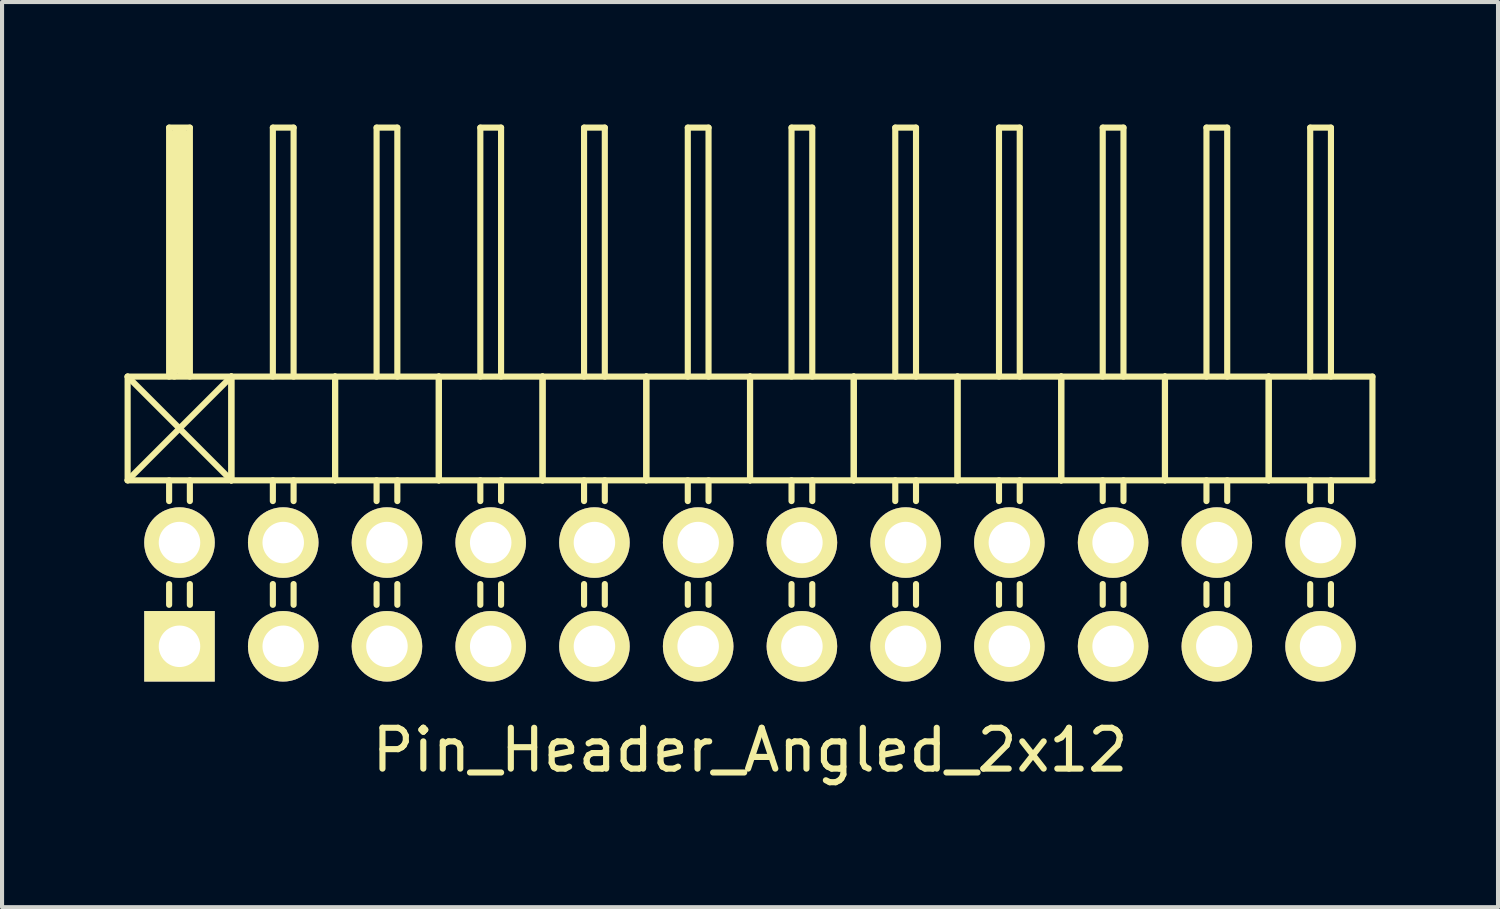
<source format=kicad_pcb>
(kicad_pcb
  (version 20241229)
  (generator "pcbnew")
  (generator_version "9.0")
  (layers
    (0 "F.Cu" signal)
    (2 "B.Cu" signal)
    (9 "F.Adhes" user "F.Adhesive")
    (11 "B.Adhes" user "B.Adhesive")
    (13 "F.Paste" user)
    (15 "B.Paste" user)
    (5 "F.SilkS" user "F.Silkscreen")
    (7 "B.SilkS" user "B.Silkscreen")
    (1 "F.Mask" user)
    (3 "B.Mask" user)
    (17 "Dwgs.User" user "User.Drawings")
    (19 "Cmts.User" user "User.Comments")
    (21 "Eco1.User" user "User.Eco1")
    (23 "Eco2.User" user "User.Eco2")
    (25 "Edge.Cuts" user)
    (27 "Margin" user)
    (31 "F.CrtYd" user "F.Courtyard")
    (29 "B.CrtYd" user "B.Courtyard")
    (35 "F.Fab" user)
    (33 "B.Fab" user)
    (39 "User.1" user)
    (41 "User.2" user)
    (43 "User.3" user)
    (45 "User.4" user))
  (footprint "Pin_Header_Angled_2x12"
    (layer "F.Cu")
    (at 15.315 11.505)
    (property "Reference" "Pin_Header_Angled_2x12" (at 0 3.81 0) (layer "F.SilkS") (effects (font (size 1 1) (thickness 0.15))))
    (attr through_hole)
    (fp_line (start -15.24 -5.334) (end -12.7 -2.794) (stroke (width 0.15) (type solid)) (layer "F.SilkS"))
    (fp_line (start -15.24 -2.794) (end -15.24 -5.334) (stroke (width 0.15) (type solid)) (layer "F.SilkS"))
    (fp_line (start -15.24 -2.794) (end -12.7 -5.334) (stroke (width 0.15) (type solid)) (layer "F.SilkS"))
    (fp_line (start -15.24 -2.794) (end -12.7 -2.794) (stroke (width 0.15) (type solid)) (layer "F.SilkS"))
    (fp_line (start -14.224 -11.43) (end -13.716 -11.43) (stroke (width 0.15) (type solid)) (layer "F.SilkS"))
    (fp_line (start -14.224 -5.334) (end -14.224 -11.43) (stroke (width 0.15) (type solid)) (layer "F.SilkS"))
    (fp_line (start -14.224 -2.794) (end -14.224 -2.286) (stroke (width 0.15) (type solid)) (layer "F.SilkS"))
    (fp_line (start -14.224 -0.254) (end -14.224 0.254) (stroke (width 0.15) (type solid)) (layer "F.SilkS"))
    (fp_line (start -14.097 -11.303) (end -13.843 -11.303) (stroke (width 0.15) (type solid)) (layer "F.SilkS"))
    (fp_line (start -14.097 -5.334) (end -14.097 -11.303) (stroke (width 0.15) (type solid)) (layer "F.SilkS"))
    (fp_line (start -13.97 -5.461) (end -13.97 -11.303) (stroke (width 0.15) (type solid)) (layer "F.SilkS"))
    (fp_line (start -13.843 -11.303) (end -13.843 -5.461) (stroke (width 0.15) (type solid)) (layer "F.SilkS"))
    (fp_line (start -13.843 -5.461) (end -13.97 -5.461) (stroke (width 0.15) (type solid)) (layer "F.SilkS"))
    (fp_line (start -13.716 -11.43) (end -13.716 -5.334) (stroke (width 0.15) (type solid)) (layer "F.SilkS"))
    (fp_line (start -13.716 -2.794) (end -13.716 -2.286) (stroke (width 0.15) (type solid)) (layer "F.SilkS"))
    (fp_line (start -13.716 -0.254) (end -13.716 0.254) (stroke (width 0.15) (type solid)) (layer "F.SilkS"))
    (fp_line (start -12.7 -5.334) (end -15.24 -5.334) (stroke (width 0.15) (type solid)) (layer "F.SilkS"))
    (fp_line (start -12.7 -2.794) (end -12.7 -5.334) (stroke (width 0.15) (type solid)) (layer "F.SilkS"))
    (fp_line (start -12.7 -2.794) (end -12.7 -5.334) (stroke (width 0.15) (type solid)) (layer "F.SilkS"))
    (fp_line (start -12.7 -2.794) (end -10.16 -2.794) (stroke (width 0.15) (type solid)) (layer "F.SilkS"))
    (fp_line (start -11.684 -11.43) (end -11.176 -11.43) (stroke (width 0.15) (type solid)) (layer "F.SilkS"))
    (fp_line (start -11.684 -5.334) (end -11.684 -11.43) (stroke (width 0.15) (type solid)) (layer "F.SilkS"))
    (fp_line (start -11.684 -2.794) (end -11.684 -2.286) (stroke (width 0.15) (type solid)) (layer "F.SilkS"))
    (fp_line (start -11.684 -0.254) (end -11.684 0.254) (stroke (width 0.15) (type solid)) (layer "F.SilkS"))
    (fp_line (start -11.176 -11.43) (end -11.176 -5.334) (stroke (width 0.15) (type solid)) (layer "F.SilkS"))
    (fp_line (start -11.176 -2.794) (end -11.176 -2.286) (stroke (width 0.15) (type solid)) (layer "F.SilkS"))
    (fp_line (start -11.176 -0.254) (end -11.176 0.254) (stroke (width 0.15) (type solid)) (layer "F.SilkS"))
    (fp_line (start -10.16 -5.334) (end -12.7 -5.334) (stroke (width 0.15) (type solid)) (layer "F.SilkS"))
    (fp_line (start -10.16 -2.794) (end -10.16 -5.334) (stroke (width 0.15) (type solid)) (layer "F.SilkS"))
    (fp_line (start -10.16 -2.794) (end -10.16 -5.334) (stroke (width 0.15) (type solid)) (layer "F.SilkS"))
    (fp_line (start -10.16 -2.794) (end -7.62 -2.794) (stroke (width 0.15) (type solid)) (layer "F.SilkS"))
    (fp_line (start -9.144 -11.43) (end -8.636 -11.43) (stroke (width 0.15) (type solid)) (layer "F.SilkS"))
    (fp_line (start -9.144 -5.334) (end -9.144 -11.43) (stroke (width 0.15) (type solid)) (layer "F.SilkS"))
    (fp_line (start -9.144 -2.794) (end -9.144 -2.286) (stroke (width 0.15) (type solid)) (layer "F.SilkS"))
    (fp_line (start -9.144 -0.254) (end -9.144 0.254) (stroke (width 0.15) (type solid)) (layer "F.SilkS"))
    (fp_line (start -8.636 -11.43) (end -8.636 -5.334) (stroke (width 0.15) (type solid)) (layer "F.SilkS"))
    (fp_line (start -8.636 -2.794) (end -8.636 -2.286) (stroke (width 0.15) (type solid)) (layer "F.SilkS"))
    (fp_line (start -8.636 -0.254) (end -8.636 0.254) (stroke (width 0.15) (type solid)) (layer "F.SilkS"))
    (fp_line (start -7.62 -5.334) (end -10.16 -5.334) (stroke (width 0.15) (type solid)) (layer "F.SilkS"))
    (fp_line (start -7.62 -2.794) (end -7.62 -5.334) (stroke (width 0.15) (type solid)) (layer "F.SilkS"))
    (fp_line (start -7.62 -2.794) (end -7.62 -5.334) (stroke (width 0.15) (type solid)) (layer "F.SilkS"))
    (fp_line (start -7.62 -2.794) (end -5.08 -2.794) (stroke (width 0.15) (type solid)) (layer "F.SilkS"))
    (fp_line (start -6.604 -11.43) (end -6.096 -11.43) (stroke (width 0.15) (type solid)) (layer "F.SilkS"))
    (fp_line (start -6.604 -5.334) (end -6.604 -11.43) (stroke (width 0.15) (type solid)) (layer "F.SilkS"))
    (fp_line (start -6.604 -2.794) (end -6.604 -2.286) (stroke (width 0.15) (type solid)) (layer "F.SilkS"))
    (fp_line (start -6.604 -0.254) (end -6.604 0.254) (stroke (width 0.15) (type solid)) (layer "F.SilkS"))
    (fp_line (start -6.096 -11.43) (end -6.096 -5.334) (stroke (width 0.15) (type solid)) (layer "F.SilkS"))
    (fp_line (start -6.096 -2.794) (end -6.096 -2.286) (stroke (width 0.15) (type solid)) (layer "F.SilkS"))
    (fp_line (start -6.096 -0.254) (end -6.096 0.254) (stroke (width 0.15) (type solid)) (layer "F.SilkS"))
    (fp_line (start -5.08 -5.334) (end -7.62 -5.334) (stroke (width 0.15) (type solid)) (layer "F.SilkS"))
    (fp_line (start -5.08 -2.794) (end -5.08 -5.334) (stroke (width 0.15) (type solid)) (layer "F.SilkS"))
    (fp_line (start -5.08 -2.794) (end -5.08 -5.334) (stroke (width 0.15) (type solid)) (layer "F.SilkS"))
    (fp_line (start -5.08 -2.794) (end -2.54 -2.794) (stroke (width 0.15) (type solid)) (layer "F.SilkS"))
    (fp_line (start -4.064 -11.43) (end -3.556 -11.43) (stroke (width 0.15) (type solid)) (layer "F.SilkS"))
    (fp_line (start -4.064 -5.334) (end -4.064 -11.43) (stroke (width 0.15) (type solid)) (layer "F.SilkS"))
    (fp_line (start -4.064 -2.794) (end -4.064 -2.286) (stroke (width 0.15) (type solid)) (layer "F.SilkS"))
    (fp_line (start -4.064 -0.254) (end -4.064 0.254) (stroke (width 0.15) (type solid)) (layer "F.SilkS"))
    (fp_line (start -3.556 -11.43) (end -3.556 -5.334) (stroke (width 0.15) (type solid)) (layer "F.SilkS"))
    (fp_line (start -3.556 -2.794) (end -3.556 -2.286) (stroke (width 0.15) (type solid)) (layer "F.SilkS"))
    (fp_line (start -3.556 -0.254) (end -3.556 0.254) (stroke (width 0.15) (type solid)) (layer "F.SilkS"))
    (fp_line (start -2.54 -5.334) (end -5.08 -5.334) (stroke (width 0.15) (type solid)) (layer "F.SilkS"))
    (fp_line (start -2.54 -2.794) (end -2.54 -5.334) (stroke (width 0.15) (type solid)) (layer "F.SilkS"))
    (fp_line (start -2.54 -2.794) (end -2.54 -5.334) (stroke (width 0.15) (type solid)) (layer "F.SilkS"))
    (fp_line (start -2.54 -2.794) (end 0 -2.794) (stroke (width 0.15) (type solid)) (layer "F.SilkS"))
    (fp_line (start -1.524 -11.43) (end -1.016 -11.43) (stroke (width 0.15) (type solid)) (layer "F.SilkS"))
    (fp_line (start -1.524 -5.334) (end -1.524 -11.43) (stroke (width 0.15) (type solid)) (layer "F.SilkS"))
    (fp_line (start -1.524 -2.794) (end -1.524 -2.286) (stroke (width 0.15) (type solid)) (layer "F.SilkS"))
    (fp_line (start -1.524 -0.254) (end -1.524 0.254) (stroke (width 0.15) (type solid)) (layer "F.SilkS"))
    (fp_line (start -1.016 -11.43) (end -1.016 -5.334) (stroke (width 0.15) (type solid)) (layer "F.SilkS"))
    (fp_line (start -1.016 -2.794) (end -1.016 -2.286) (stroke (width 0.15) (type solid)) (layer "F.SilkS"))
    (fp_line (start -1.016 -0.254) (end -1.016 0.254) (stroke (width 0.15) (type solid)) (layer "F.SilkS"))
    (fp_line (start 0 -5.334) (end -2.54 -5.334) (stroke (width 0.15) (type solid)) (layer "F.SilkS"))
    (fp_line (start 0 -2.794) (end 0 -5.334) (stroke (width 0.15) (type solid)) (layer "F.SilkS"))
    (fp_line (start 0 -2.794) (end 0 -5.334) (stroke (width 0.15) (type solid)) (layer "F.SilkS"))
    (fp_line (start 0 -2.794) (end 2.54 -2.794) (stroke (width 0.15) (type solid)) (layer "F.SilkS"))
    (fp_line (start 1.016 -11.43) (end 1.524 -11.43) (stroke (width 0.15) (type solid)) (layer "F.SilkS"))
    (fp_line (start 1.016 -5.334) (end 1.016 -11.43) (stroke (width 0.15) (type solid)) (layer "F.SilkS"))
    (fp_line (start 1.016 -2.794) (end 1.016 -2.286) (stroke (width 0.15) (type solid)) (layer "F.SilkS"))
    (fp_line (start 1.016 -0.254) (end 1.016 0.254) (stroke (width 0.15) (type solid)) (layer "F.SilkS"))
    (fp_line (start 1.524 -11.43) (end 1.524 -5.334) (stroke (width 0.15) (type solid)) (layer "F.SilkS"))
    (fp_line (start 1.524 -2.794) (end 1.524 -2.286) (stroke (width 0.15) (type solid)) (layer "F.SilkS"))
    (fp_line (start 1.524 -0.254) (end 1.524 0.254) (stroke (width 0.15) (type solid)) (layer "F.SilkS"))
    (fp_line (start 2.54 -5.334) (end 0 -5.334) (stroke (width 0.15) (type solid)) (layer "F.SilkS"))
    (fp_line (start 2.54 -2.794) (end 2.54 -5.334) (stroke (width 0.15) (type solid)) (layer "F.SilkS"))
    (fp_line (start 2.54 -2.794) (end 2.54 -5.334) (stroke (width 0.15) (type solid)) (layer "F.SilkS"))
    (fp_line (start 2.54 -2.794) (end 5.08 -2.794) (stroke (width 0.15) (type solid)) (layer "F.SilkS"))
    (fp_line (start 3.556 -11.43) (end 4.064 -11.43) (stroke (width 0.15) (type solid)) (layer "F.SilkS"))
    (fp_line (start 3.556 -5.334) (end 3.556 -11.43) (stroke (width 0.15) (type solid)) (layer "F.SilkS"))
    (fp_line (start 3.556 -2.794) (end 3.556 -2.286) (stroke (width 0.15) (type solid)) (layer "F.SilkS"))
    (fp_line (start 3.556 -0.254) (end 3.556 0.254) (stroke (width 0.15) (type solid)) (layer "F.SilkS"))
    (fp_line (start 4.064 -11.43) (end 4.064 -5.334) (stroke (width 0.15) (type solid)) (layer "F.SilkS"))
    (fp_line (start 4.064 -2.794) (end 4.064 -2.286) (stroke (width 0.15) (type solid)) (layer "F.SilkS"))
    (fp_line (start 4.064 -0.254) (end 4.064 0.254) (stroke (width 0.15) (type solid)) (layer "F.SilkS"))
    (fp_line (start 5.08 -5.334) (end 2.54 -5.334) (stroke (width 0.15) (type solid)) (layer "F.SilkS"))
    (fp_line (start 5.08 -2.794) (end 5.08 -5.334) (stroke (width 0.15) (type solid)) (layer "F.SilkS"))
    (fp_line (start 5.08 -2.794) (end 5.08 -5.334) (stroke (width 0.15) (type solid)) (layer "F.SilkS"))
    (fp_line (start 5.08 -2.794) (end 7.62 -2.794) (stroke (width 0.15) (type solid)) (layer "F.SilkS"))
    (fp_line (start 6.096 -11.43) (end 6.604 -11.43) (stroke (width 0.15) (type solid)) (layer "F.SilkS"))
    (fp_line (start 6.096 -5.334) (end 6.096 -11.43) (stroke (width 0.15) (type solid)) (layer "F.SilkS"))
    (fp_line (start 6.096 -2.794) (end 6.096 -2.286) (stroke (width 0.15) (type solid)) (layer "F.SilkS"))
    (fp_line (start 6.096 -0.254) (end 6.096 0.254) (stroke (width 0.15) (type solid)) (layer "F.SilkS"))
    (fp_line (start 6.604 -11.43) (end 6.604 -5.334) (stroke (width 0.15) (type solid)) (layer "F.SilkS"))
    (fp_line (start 6.604 -2.794) (end 6.604 -2.286) (stroke (width 0.15) (type solid)) (layer "F.SilkS"))
    (fp_line (start 6.604 -0.254) (end 6.604 0.254) (stroke (width 0.15) (type solid)) (layer "F.SilkS"))
    (fp_line (start 7.62 -5.334) (end 5.08 -5.334) (stroke (width 0.15) (type solid)) (layer "F.SilkS"))
    (fp_line (start 7.62 -2.794) (end 7.62 -5.334) (stroke (width 0.15) (type solid)) (layer "F.SilkS"))
    (fp_line (start 7.62 -2.794) (end 7.62 -5.334) (stroke (width 0.15) (type solid)) (layer "F.SilkS"))
    (fp_line (start 7.62 -2.794) (end 10.16 -2.794) (stroke (width 0.15) (type solid)) (layer "F.SilkS"))
    (fp_line (start 8.636 -11.43) (end 9.144 -11.43) (stroke (width 0.15) (type solid)) (layer "F.SilkS"))
    (fp_line (start 8.636 -5.334) (end 8.636 -11.43) (stroke (width 0.15) (type solid)) (layer "F.SilkS"))
    (fp_line (start 8.636 -2.794) (end 8.636 -2.286) (stroke (width 0.15) (type solid)) (layer "F.SilkS"))
    (fp_line (start 8.636 -0.254) (end 8.636 0.254) (stroke (width 0.15) (type solid)) (layer "F.SilkS"))
    (fp_line (start 9.144 -11.43) (end 9.144 -5.334) (stroke (width 0.15) (type solid)) (layer "F.SilkS"))
    (fp_line (start 9.144 -2.794) (end 9.144 -2.286) (stroke (width 0.15) (type solid)) (layer "F.SilkS"))
    (fp_line (start 9.144 -0.254) (end 9.144 0.254) (stroke (width 0.15) (type solid)) (layer "F.SilkS"))
    (fp_line (start 10.16 -5.334) (end 7.62 -5.334) (stroke (width 0.15) (type solid)) (layer "F.SilkS"))
    (fp_line (start 10.16 -2.794) (end 10.16 -5.334) (stroke (width 0.15) (type solid)) (layer "F.SilkS"))
    (fp_line (start 10.16 -2.794) (end 10.16 -5.334) (stroke (width 0.15) (type solid)) (layer "F.SilkS"))
    (fp_line (start 10.16 -2.794) (end 12.7 -2.794) (stroke (width 0.15) (type solid)) (layer "F.SilkS"))
    (fp_line (start 11.176 -11.43) (end 11.684 -11.43) (stroke (width 0.15) (type solid)) (layer "F.SilkS"))
    (fp_line (start 11.176 -5.334) (end 11.176 -11.43) (stroke (width 0.15) (type solid)) (layer "F.SilkS"))
    (fp_line (start 11.176 -2.794) (end 11.176 -2.286) (stroke (width 0.15) (type solid)) (layer "F.SilkS"))
    (fp_line (start 11.176 -0.254) (end 11.176 0.254) (stroke (width 0.15) (type solid)) (layer "F.SilkS"))
    (fp_line (start 11.684 -11.43) (end 11.684 -5.334) (stroke (width 0.15) (type solid)) (layer "F.SilkS"))
    (fp_line (start 11.684 -2.794) (end 11.684 -2.286) (stroke (width 0.15) (type solid)) (layer "F.SilkS"))
    (fp_line (start 11.684 -0.254) (end 11.684 0.254) (stroke (width 0.15) (type solid)) (layer "F.SilkS"))
    (fp_line (start 12.7 -5.334) (end 10.16 -5.334) (stroke (width 0.15) (type solid)) (layer "F.SilkS"))
    (fp_line (start 12.7 -2.794) (end 12.7 -5.334) (stroke (width 0.15) (type solid)) (layer "F.SilkS"))
    (fp_line (start 12.7 -2.794) (end 12.7 -5.334) (stroke (width 0.15) (type solid)) (layer "F.SilkS"))
    (fp_line (start 12.7 -2.794) (end 15.24 -2.794) (stroke (width 0.15) (type solid)) (layer "F.SilkS"))
    (fp_line (start 13.716 -11.43) (end 14.224 -11.43) (stroke (width 0.15) (type solid)) (layer "F.SilkS"))
    (fp_line (start 13.716 -5.334) (end 13.716 -11.43) (stroke (width 0.15) (type solid)) (layer "F.SilkS"))
    (fp_line (start 13.716 -2.794) (end 13.716 -2.286) (stroke (width 0.15) (type solid)) (layer "F.SilkS"))
    (fp_line (start 13.716 -0.254) (end 13.716 0.254) (stroke (width 0.15) (type solid)) (layer "F.SilkS"))
    (fp_line (start 14.224 -11.43) (end 14.224 -5.334) (stroke (width 0.15) (type solid)) (layer "F.SilkS"))
    (fp_line (start 14.224 -2.794) (end 14.224 -2.286) (stroke (width 0.15) (type solid)) (layer "F.SilkS"))
    (fp_line (start 14.224 -0.254) (end 14.224 0.254) (stroke (width 0.15) (type solid)) (layer "F.SilkS"))
    (fp_line (start 15.24 -5.334) (end 12.7 -5.334) (stroke (width 0.15) (type solid)) (layer "F.SilkS"))
    (fp_line (start 15.24 -2.794) (end 15.24 -5.334) (stroke (width 0.15) (type solid)) (layer "F.SilkS"))
    (pad "1" thru_hole rect (at -13.97 1.27) (size 1.727 1.727) (drill 1.016) (layers "*.Cu" "*.Mask" "F.SilkS"))
    (pad "2" thru_hole oval (at -13.97 -1.27) (size 1.727 1.727) (drill 1.016) (layers "*.Cu" "*.Mask" "F.SilkS"))
    (pad "3" thru_hole oval (at -11.43 1.27) (size 1.727 1.727) (drill 1.016) (layers "*.Cu" "*.Mask" "F.SilkS"))
    (pad "4" thru_hole oval (at -11.43 -1.27) (size 1.727 1.727) (drill 1.016) (layers "*.Cu" "*.Mask" "F.SilkS"))
    (pad "5" thru_hole oval (at -8.89 1.27) (size 1.727 1.727) (drill 1.016) (layers "*.Cu" "*.Mask" "F.SilkS"))
    (pad "6" thru_hole oval (at -8.89 -1.27) (size 1.727 1.727) (drill 1.016) (layers "*.Cu" "*.Mask" "F.SilkS"))
    (pad "7" thru_hole oval (at -6.35 1.27) (size 1.727 1.727) (drill 1.016) (layers "*.Cu" "*.Mask" "F.SilkS"))
    (pad "8" thru_hole oval (at -6.35 -1.27) (size 1.727 1.727) (drill 1.016) (layers "*.Cu" "*.Mask" "F.SilkS"))
    (pad "9" thru_hole oval (at -3.81 1.27) (size 1.727 1.727) (drill 1.016) (layers "*.Cu" "*.Mask" "F.SilkS"))
    (pad "10" thru_hole oval (at -3.81 -1.27) (size 1.727 1.727) (drill 1.016) (layers "*.Cu" "*.Mask" "F.SilkS"))
    (pad "11" thru_hole oval (at -1.27 1.27) (size 1.727 1.727) (drill 1.016) (layers "*.Cu" "*.Mask" "F.SilkS"))
    (pad "12" thru_hole oval (at -1.27 -1.27) (size 1.727 1.727) (drill 1.016) (layers "*.Cu" "*.Mask" "F.SilkS"))
    (pad "13" thru_hole oval (at 1.27 1.27) (size 1.727 1.727) (drill 1.016) (layers "*.Cu" "*.Mask" "F.SilkS"))
    (pad "14" thru_hole oval (at 1.27 -1.27) (size 1.727 1.727) (drill 1.016) (layers "*.Cu" "*.Mask" "F.SilkS"))
    (pad "15" thru_hole oval (at 3.81 1.27) (size 1.727 1.727) (drill 1.016) (layers "*.Cu" "*.Mask" "F.SilkS"))
    (pad "16" thru_hole oval (at 3.81 -1.27) (size 1.727 1.727) (drill 1.016) (layers "*.Cu" "*.Mask" "F.SilkS"))
    (pad "17" thru_hole oval (at 6.35 1.27) (size 1.727 1.727) (drill 1.016) (layers "*.Cu" "*.Mask" "F.SilkS"))
    (pad "18" thru_hole oval (at 6.35 -1.27) (size 1.727 1.727) (drill 1.016) (layers "*.Cu" "*.Mask" "F.SilkS"))
    (pad "19" thru_hole oval (at 8.89 1.27) (size 1.727 1.727) (drill 1.016) (layers "*.Cu" "*.Mask" "F.SilkS"))
    (pad "20" thru_hole oval (at 8.89 -1.27) (size 1.727 1.727) (drill 1.016) (layers "*.Cu" "*.Mask" "F.SilkS"))
    (pad "21" thru_hole oval (at 11.43 1.27) (size 1.727 1.727) (drill 1.016) (layers "*.Cu" "*.Mask" "F.SilkS"))
    (pad "22" thru_hole oval (at 11.43 -1.27) (size 1.727 1.727) (drill 1.016) (layers "*.Cu" "*.Mask" "F.SilkS"))
    (pad "23" thru_hole oval (at 13.97 1.27) (size 1.727 1.727) (drill 1.016) (layers "*.Cu" "*.Mask" "F.SilkS"))
    (pad "24" thru_hole oval (at 13.97 -1.27) (size 1.727 1.727) (drill 1.016) (layers "*.Cu" "*.Mask" "F.SilkS")))
  (gr_rect
    (start -3 -3)
    (end 33.63 19.163)
    (stroke (width 0.1) (type default))
    (fill no)
    (layer "Edge.Cuts")))
</source>
